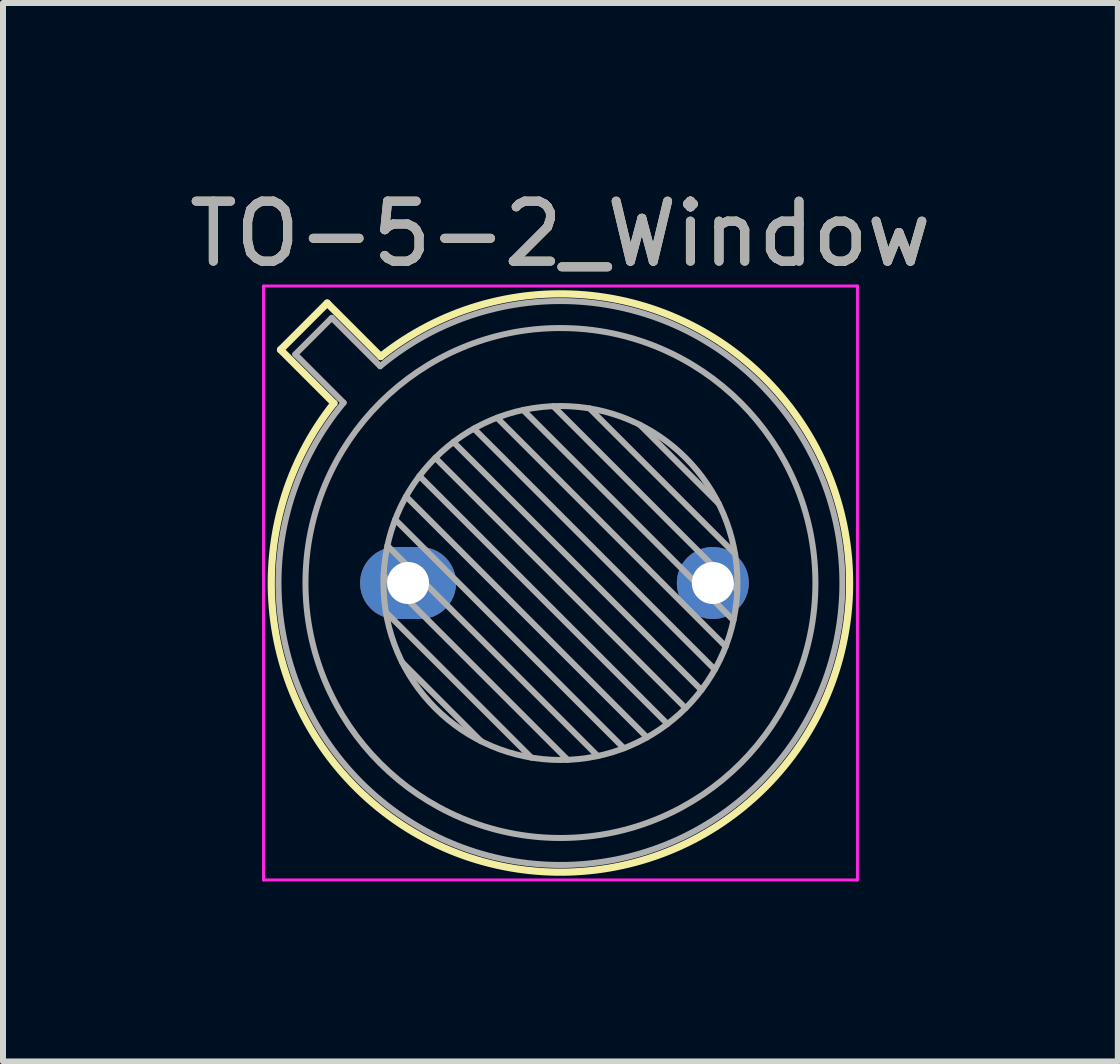
<source format=kicad_pcb>
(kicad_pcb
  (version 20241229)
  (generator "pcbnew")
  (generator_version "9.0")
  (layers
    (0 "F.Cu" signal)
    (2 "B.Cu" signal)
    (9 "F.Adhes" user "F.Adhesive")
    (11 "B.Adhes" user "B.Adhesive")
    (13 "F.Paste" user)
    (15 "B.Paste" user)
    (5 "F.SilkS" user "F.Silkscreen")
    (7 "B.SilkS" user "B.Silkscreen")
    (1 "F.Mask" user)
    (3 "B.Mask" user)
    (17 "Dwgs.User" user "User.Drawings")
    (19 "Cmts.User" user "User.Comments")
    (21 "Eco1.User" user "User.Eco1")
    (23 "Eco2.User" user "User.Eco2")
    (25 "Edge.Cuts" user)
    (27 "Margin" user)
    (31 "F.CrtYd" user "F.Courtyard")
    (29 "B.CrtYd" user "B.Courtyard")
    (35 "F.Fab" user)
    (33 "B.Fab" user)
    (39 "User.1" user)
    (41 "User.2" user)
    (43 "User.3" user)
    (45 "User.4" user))
  (footprint "TO-5-2_Window"
    (layer "F.Cu")
    (at 3.752 6.668)
    (property "Reference" "TO-5-2_Window" (at 2.54 -5.82 0) (layer "F.SilkS") (effects (font (size 1 1) (thickness 0.15))))
    (attr through_hole)
    (fp_line (start -2.126 -3.888) (end -1.235 -2.997) (stroke (width 0.12) (type solid)) (layer "F.SilkS"))
    (fp_line (start -1.348 -4.666) (end -2.126 -3.888) (stroke (width 0.12) (type solid)) (layer "F.SilkS"))
    (fp_line (start -0.457 -3.775) (end -1.348 -4.666) (stroke (width 0.12) (type solid)) (layer "F.SilkS"))
    (fp_arc (start -0.457084 -3.774902) (mid 5.948125 3.408384) (end -1.234674 -2.997371) (stroke (width 0.12) (type solid)) (layer "F.SilkS"))
    (fp_line (start -2.41 -4.95) (end -2.41 4.95) (stroke (width 0.05) (type solid)) (layer "F.CrtYd"))
    (fp_line (start -2.41 4.95) (end 7.49 4.95) (stroke (width 0.05) (type solid)) (layer "F.CrtYd"))
    (fp_line (start 7.49 -4.95) (end -2.41 -4.95) (stroke (width 0.05) (type solid)) (layer "F.CrtYd"))
    (fp_line (start 7.49 4.95) (end 7.49 -4.95) (stroke (width 0.05) (type solid)) (layer "F.CrtYd"))
    (fp_line (start -1.88 -3.812) (end -1.074 -3.005) (stroke (width 0.1) (type solid)) (layer "F.Fab"))
    (fp_line (start -1.272 -4.42) (end -1.88 -3.812) (stroke (width 0.1) (type solid)) (layer "F.Fab"))
    (fp_line (start -0.465 -3.614) (end -1.272 -4.42) (stroke (width 0.1) (type solid)) (layer "F.Fab"))
    (fp_line (start -0.408 -0.12) (end 2.66 2.948) (stroke (width 0.1) (type solid)) (layer "F.Fab"))
    (fp_line (start -0.371 0.485) (end 2.055 2.911) (stroke (width 0.1) (type solid)) (layer "F.Fab"))
    (fp_line (start -0.344 -0.622) (end 3.162 2.884) (stroke (width 0.1) (type solid)) (layer "F.Fab"))
    (fp_line (start -0.215 -1.058) (end 3.598 2.755) (stroke (width 0.1) (type solid)) (layer "F.Fab"))
    (fp_line (start -0.097 1.324) (end 1.216 2.637) (stroke (width 0.1) (type solid)) (layer "F.Fab"))
    (fp_line (start -0.034 -1.443) (end 3.983 2.574) (stroke (width 0.1) (type solid)) (layer "F.Fab"))
    (fp_line (start 0.19 -1.784) (end 4.324 2.35) (stroke (width 0.1) (type solid)) (layer "F.Fab"))
    (fp_line (start 0.454 -2.086) (end 4.626 2.086) (stroke (width 0.1) (type solid)) (layer "F.Fab"))
    (fp_line (start 0.756 -2.35) (end 4.89 1.784) (stroke (width 0.1) (type solid)) (layer "F.Fab"))
    (fp_line (start 1.097 -2.574) (end 5.114 1.443) (stroke (width 0.1) (type solid)) (layer "F.Fab"))
    (fp_line (start 1.482 -2.755) (end 5.295 1.058) (stroke (width 0.1) (type solid)) (layer "F.Fab"))
    (fp_line (start 1.918 -2.884) (end 5.424 0.622) (stroke (width 0.1) (type solid)) (layer "F.Fab"))
    (fp_line (start 2.42 -2.948) (end 5.488 0.12) (stroke (width 0.1) (type solid)) (layer "F.Fab"))
    (fp_line (start 3.025 -2.911) (end 5.451 -0.485) (stroke (width 0.1) (type solid)) (layer "F.Fab"))
    (fp_line (start 3.864 -2.637) (end 5.177 -1.324) (stroke (width 0.1) (type solid)) (layer "F.Fab"))
    (fp_arc (start -0.465408 -3.61352) (mid 5.863443 3.323361) (end -1.073594 -3.005319) (stroke (width 0.1) (type solid)) (layer "F.Fab"))
    (fp_circle (center 2.54 0) (end 5.49 0) (stroke (width 0.1) (type solid)) (fill no) (layer "F.Fab"))
    (fp_circle (center 2.54 0) (end 6.79 0) (stroke (width 0.1) (type solid)) (fill no) (layer "F.Fab"))
    (fp_text user "${REFERENCE}" (at 2.54 -5.82 0) (layer "F.Fab") (effects (font (size 1 1) (thickness 0.15))))
    (pad "1" thru_hole oval (at 5.08 0) (size 1.2 1.2) (drill 0.7) (layers "*.Cu" "*.Mask"))
    (pad "2" thru_hole oval (at 0 0) (size 1.6 1.2) (drill 0.7) (layers "*.Cu" "*.Mask")))
  (gr_rect
    (start -3 -3)
    (end 15.583 14.643)
    (stroke (width 0.1) (type default))
    (fill no)
    (layer "Edge.Cuts")))
</source>
